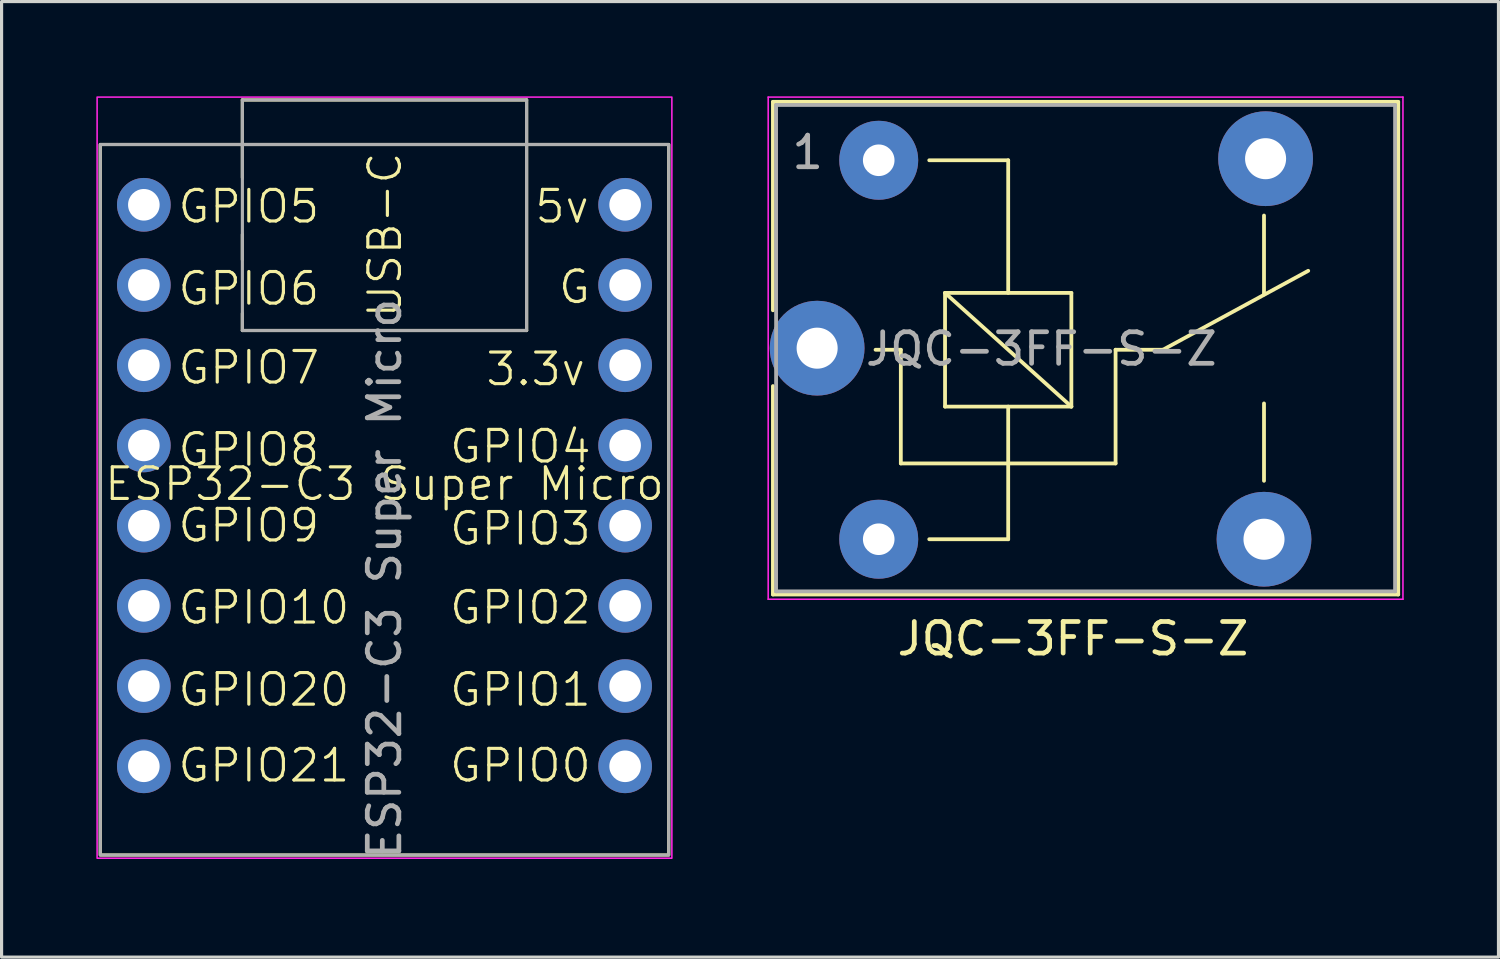
<source format=kicad_pcb>
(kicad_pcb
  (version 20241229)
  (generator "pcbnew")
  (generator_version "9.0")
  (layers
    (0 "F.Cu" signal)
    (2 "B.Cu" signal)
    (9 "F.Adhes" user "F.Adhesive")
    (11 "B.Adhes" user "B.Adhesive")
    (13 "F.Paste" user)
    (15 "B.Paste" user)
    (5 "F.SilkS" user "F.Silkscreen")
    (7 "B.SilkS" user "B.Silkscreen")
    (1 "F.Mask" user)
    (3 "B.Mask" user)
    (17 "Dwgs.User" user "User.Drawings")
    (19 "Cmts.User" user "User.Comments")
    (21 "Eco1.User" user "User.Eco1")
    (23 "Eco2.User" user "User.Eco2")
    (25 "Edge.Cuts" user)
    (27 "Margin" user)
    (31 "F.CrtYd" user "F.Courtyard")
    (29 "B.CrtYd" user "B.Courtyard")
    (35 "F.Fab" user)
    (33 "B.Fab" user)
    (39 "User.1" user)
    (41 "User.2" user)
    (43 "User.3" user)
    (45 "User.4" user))
  (footprint "ESP32-C3 Super Micro"
    (layer "F.Cu")
    (at 9.125 12.775)
    (property "Reference" "ESP32-C3 Super Micro" (at 0 -0.5 0) (unlocked yes) (layer "F.SilkS") (effects (font (size 1 1) (thickness 0.1))))
    (attr through_hole)
    (fp_line (start -4.5 -12.66) (end 4.5 -12.66) (stroke (width 0.1) (type default)) (layer "F.SilkS"))
    (fp_line (start -4.5 -10.2) (end -4.5 -12.66) (stroke (width 0.1) (type default)) (layer "F.SilkS"))
    (fp_line (start -4.5 -8.4) (end -4.5 -7.6) (stroke (width 0.1) (type default)) (layer "F.SilkS"))
    (fp_line (start -4.5 -5.36) (end -4.5 -5.9) (stroke (width 0.1) (type default)) (layer "F.SilkS"))
    (fp_line (start 4.5 -5.36) (end -4.5 -5.36) (stroke (width 0.1) (type default)) (layer "F.SilkS"))
    (fp_line (start 4.5 -5.36) (end 4.5 -12.66) (stroke (width 0.1) (type default)) (layer "F.SilkS"))
    (fp_rect (start -9 -11.25) (end 9 11.25) (stroke (width 0.1) (type default)) (fill no) (layer "F.SilkS"))
    (fp_rect (start -9.1 -12.75) (end 9.1 11.35) (stroke (width 0.05) (type default)) (fill no) (layer "F.CrtYd"))
    (fp_line (start -4.5 -12.66) (end 4.5 -12.66) (stroke (width 0.1) (type default)) (layer "F.Fab"))
    (fp_line (start -4.5 -5.36) (end -4.5 -12.66) (stroke (width 0.1) (type default)) (layer "F.Fab"))
    (fp_line (start 4.5 -5.36) (end -4.5 -5.36) (stroke (width 0.1) (type default)) (layer "F.Fab"))
    (fp_line (start 4.5 -5.36) (end 4.5 -12.66) (stroke (width 0.1) (type default)) (layer "F.Fab"))
    (fp_rect (start -9 -11.25) (end 9 11.25) (stroke (width 0.1) (type default)) (fill no) (layer "F.Fab"))
    (fp_text user "GPIO6" (at -6.6 -6.1 0) (unlocked yes) (layer "F.SilkS") (effects (font (size 1 1) (thickness 0.1)) (justify left bottom)))
    (fp_text user "GPIO10" (at -6.6 4 0) (unlocked yes) (layer "F.SilkS") (effects (font (size 1 1) (thickness 0.1)) (justify left bottom)))
    (fp_text user "3.3v" (at 3.15 -3.55 0) (unlocked yes) (layer "F.SilkS") (effects (font (size 1 1) (thickness 0.1)) (justify left bottom)))
    (fp_text user "USB-C" (at 0.6 -5.7 90) (unlocked yes) (layer "F.SilkS") (effects (font (size 1 1) (thickness 0.1)) (justify left bottom)))
    (fp_text user "GPIO5" (at -6.6 -8.7 0) (unlocked yes) (layer "F.SilkS") (effects (font (size 1 1) (thickness 0.1)) (justify left bottom)))
    (fp_text user "GPIO4" (at 2 -1.1 0) (unlocked yes) (layer "F.SilkS") (effects (font (size 1 1) (thickness 0.1)) (justify left bottom)))
    (fp_text user "GPIO20" (at -6.6 6.6 0) (unlocked yes) (layer "F.SilkS") (effects (font (size 1 1) (thickness 0.1)) (justify left bottom)))
    (fp_text user "GPIO2" (at 2 4 0) (unlocked yes) (layer "F.SilkS") (effects (font (size 1 1) (thickness 0.1)) (justify left bottom)))
    (fp_text user "GPIO7" (at -6.6 -3.6 0) (unlocked yes) (layer "F.SilkS") (effects (font (size 1 1) (thickness 0.1)) (justify left bottom)))
    (fp_text user "5v" (at 4.7 -8.7 0) (unlocked yes) (layer "F.SilkS") (effects (font (size 1 1) (thickness 0.1)) (justify left bottom)))
    (fp_text user "GPIO8" (at -6.6 -1 0) (unlocked yes) (layer "F.SilkS") (effects (font (size 1 1) (thickness 0.1)) (justify left bottom)))
    (fp_text user "GPIO0" (at 2 9 0) (unlocked yes) (layer "F.SilkS") (effects (font (size 1 1) (thickness 0.1)) (justify left bottom)))
    (fp_text user "GPIO3" (at 2 1.5 0) (unlocked yes) (layer "F.SilkS") (effects (font (size 1 1) (thickness 0.1)) (justify left bottom)))
    (fp_text user "GPIO21" (at -6.6 9 0) (unlocked yes) (layer "F.SilkS") (effects (font (size 1 1) (thickness 0.1)) (justify left bottom)))
    (fp_text user "GPIO1" (at 2 6.6 0) (unlocked yes) (layer "F.SilkS") (effects (font (size 1 1) (thickness 0.1)) (justify left bottom)))
    (fp_text user "G" (at 5.45 -6.15 0) (unlocked yes) (layer "F.SilkS") (effects (font (size 1 1) (thickness 0.1)) (justify left bottom)))
    (fp_text user "GPIO9" (at -6.6 1.4 0) (unlocked yes) (layer "F.SilkS") (effects (font (size 1 1) (thickness 0.1)) (justify left bottom)))
    (fp_text user "${REFERENCE}" (at 0 2.5 90) (unlocked yes) (layer "F.Fab") (effects (font (size 1 1) (thickness 0.15))))
    (pad "0" thru_hole circle (at 7.62 8.44) (size 1.7 1.7) (drill 1) (layers "*.Cu" "*.Mask"))
    (pad "1" thru_hole circle (at 7.62 5.9) (size 1.7 1.7) (drill 1) (layers "*.Cu" "*.Mask"))
    (pad "2" thru_hole circle (at 7.62 3.36) (size 1.7 1.7) (drill 1) (layers "*.Cu" "*.Mask"))
    (pad "3" thru_hole circle (at 7.62 0.82) (size 1.7 1.7) (drill 1) (layers "*.Cu" "*.Mask"))
    (pad "3V3" thru_hole circle (at 7.62 -4.26) (size 1.7 1.7) (drill 1) (layers "*.Cu" "*.Mask"))
    (pad "4" thru_hole circle (at 7.62 -1.72) (size 1.7 1.7) (drill 1) (layers "*.Cu" "*.Mask"))
    (pad "5" thru_hole circle (at -7.62 -9.34) (size 1.7 1.7) (drill 1) (layers "*.Cu" "*.Mask"))
    (pad "5V" thru_hole circle (at 7.62 -9.34) (size 1.7 1.7) (drill 1) (layers "*.Cu" "*.Mask"))
    (pad "6" thru_hole circle (at -7.62 -6.8) (size 1.7 1.7) (drill 1) (layers "*.Cu" "*.Mask"))
    (pad "7" thru_hole circle (at -7.62 -4.26) (size 1.7 1.7) (drill 1) (layers "*.Cu" "*.Mask"))
    (pad "8" thru_hole circle (at -7.62 -1.72) (size 1.7 1.7) (drill 1) (layers "*.Cu" "*.Mask"))
    (pad "9" thru_hole circle (at -7.62 0.82) (size 1.7 1.7) (drill 1) (layers "*.Cu" "*.Mask"))
    (pad "10" thru_hole circle (at -7.62 3.36) (size 1.7 1.7) (drill 1) (layers "*.Cu" "*.Mask"))
    (pad "20" thru_hole circle (at -7.62 5.9) (size 1.7 1.7) (drill 1) (layers "*.Cu" "*.Mask"))
    (pad "21" thru_hole circle (at -7.62 8.44) (size 1.7 1.7) (drill 1) (layers "*.Cu" "*.Mask"))
    (pad "G" thru_hole circle (at 7.62 -6.8) (size 1.7 1.7) (drill 1) (layers "*.Cu" "*.Mask")))
  (footprint "JQC-3FF-S-Z"
    (layer "F.Cu")
    (at 22.825 7.975)
    (property "Reference" "JQC-3FF-S-Z" (at 8.1 9.2 0) (layer "F.SilkS") (effects (font (size 1 1) (thickness 0.15))))
    (attr through_hole)
    (fp_line (start -1.4 -7.8) (end -1.4 -1.2) (stroke (width 0.12) (type solid)) (layer "F.SilkS"))
    (fp_line (start -1.4 -7.8) (end 18.4 -7.8) (stroke (width 0.12) (type solid)) (layer "F.SilkS"))
    (fp_line (start -1.4 1.2) (end -1.4 7.8) (stroke (width 0.12) (type solid)) (layer "F.SilkS"))
    (fp_line (start 2.65 0.05) (end 1.85 0.05) (stroke (width 0.12) (type solid)) (layer "F.SilkS"))
    (fp_line (start 2.65 0.05) (end 2.65 3.65) (stroke (width 0.12) (type solid)) (layer "F.SilkS"))
    (fp_line (start 3.55 6.05) (end 6.05 6.05) (stroke (width 0.12) (type solid)) (layer "F.SilkS"))
    (fp_line (start 4.05 -1.75) (end 8.05 -1.75) (stroke (width 0.12) (type solid)) (layer "F.SilkS"))
    (fp_line (start 4.05 1.85) (end 4.05 -1.75) (stroke (width 0.12) (type solid)) (layer "F.SilkS"))
    (fp_line (start 6.05 -5.95) (end 3.55 -5.95) (stroke (width 0.12) (type solid)) (layer "F.SilkS"))
    (fp_line (start 6.05 -5.95) (end 6.05 -1.75) (stroke (width 0.12) (type solid)) (layer "F.SilkS"))
    (fp_line (start 6.05 1.85) (end 6.05 6.05) (stroke (width 0.12) (type solid)) (layer "F.SilkS"))
    (fp_line (start 8.05 -1.75) (end 8.05 1.85) (stroke (width 0.12) (type solid)) (layer "F.SilkS"))
    (fp_line (start 8.05 1.85) (end 4.05 -1.75) (stroke (width 0.12) (type solid)) (layer "F.SilkS"))
    (fp_line (start 8.05 1.85) (end 4.05 1.85) (stroke (width 0.12) (type solid)) (layer "F.SilkS"))
    (fp_line (start 9.45 0.05) (end 9.45 3.65) (stroke (width 0.12) (type solid)) (layer "F.SilkS"))
    (fp_line (start 9.45 0.05) (end 10.95 0.05) (stroke (width 0.12) (type solid)) (layer "F.SilkS"))
    (fp_line (start 9.45 3.65) (end 2.65 3.65) (stroke (width 0.12) (type solid)) (layer "F.SilkS"))
    (fp_line (start 10.95 0.05) (end 15.55 -2.45) (stroke (width 0.12) (type solid)) (layer "F.SilkS"))
    (fp_line (start 14.15 -4.2) (end 14.15 -1.7) (stroke (width 0.12) (type solid)) (layer "F.SilkS"))
    (fp_line (start 14.15 4.2) (end 14.15 1.75) (stroke (width 0.12) (type solid)) (layer "F.SilkS"))
    (fp_line (start 18.4 -7.8) (end 18.4 7.8) (stroke (width 0.12) (type solid)) (layer "F.SilkS"))
    (fp_line (start 18.4 7.8) (end -1.4 7.8) (stroke (width 0.12) (type solid)) (layer "F.SilkS"))
    (fp_line (start -1.55 7.95) (end -1.55 -7.95) (stroke (width 0.05) (type solid)) (layer "F.CrtYd"))
    (fp_line (start -1.55 7.95) (end 18.55 7.95) (stroke (width 0.05) (type solid)) (layer "F.CrtYd"))
    (fp_line (start 18.55 -7.95) (end -1.55 -7.95) (stroke (width 0.05) (type solid)) (layer "F.CrtYd"))
    (fp_line (start 18.55 -7.95) (end 18.55 7.95) (stroke (width 0.05) (type solid)) (layer "F.CrtYd"))
    (fp_line (start -1.3 -7.7) (end 18.3 -7.7) (stroke (width 0.12) (type solid)) (layer "F.Fab"))
    (fp_line (start -1.3 7.7) (end -1.3 -7.7) (stroke (width 0.12) (type solid)) (layer "F.Fab"))
    (fp_line (start 18.3 -7.7) (end 18.3 7.7) (stroke (width 0.12) (type solid)) (layer "F.Fab"))
    (fp_line (start 18.3 7.7) (end -1.3 7.7) (stroke (width 0.12) (type solid)) (layer "F.Fab"))
    (fp_text user "1" (at -0.3 -6.2 0) (layer "F.Fab") (effects (font (size 1 1) (thickness 0.15))))
    (fp_text user "${REFERENCE}" (at 7.1 0.025 0) (layer "F.Fab") (effects (font (size 1 1) (thickness 0.15))))
    (pad "1" thru_hole circle (at 1.95 -5.95 90) (size 2.5 2.5) (drill 1) (layers "*.Cu" "*.Mask"))
    (pad "2" thru_hole circle (at 1.95 6.05 90) (size 2.5 2.5) (drill 1) (layers "*.Cu" "*.Mask"))
    (pad "3" thru_hole circle (at 0 0 90) (size 3 3) (drill 1.3) (layers "*.Cu" "*.Mask"))
    (pad "4" thru_hole circle (at 14.2 -6 90) (size 3 3) (drill 1.3) (layers "*.Cu" "*.Mask"))
    (pad "5" thru_hole circle (at 14.15 6.05 90) (size 3 3) (drill 1.3) (layers "*.Cu" "*.Mask")))
  (gr_rect
    (start -3 -3)
    (end 44.4 27.257)
    (stroke (width 0.1) (type default))
    (fill no)
    (layer "Edge.Cuts")))
</source>
